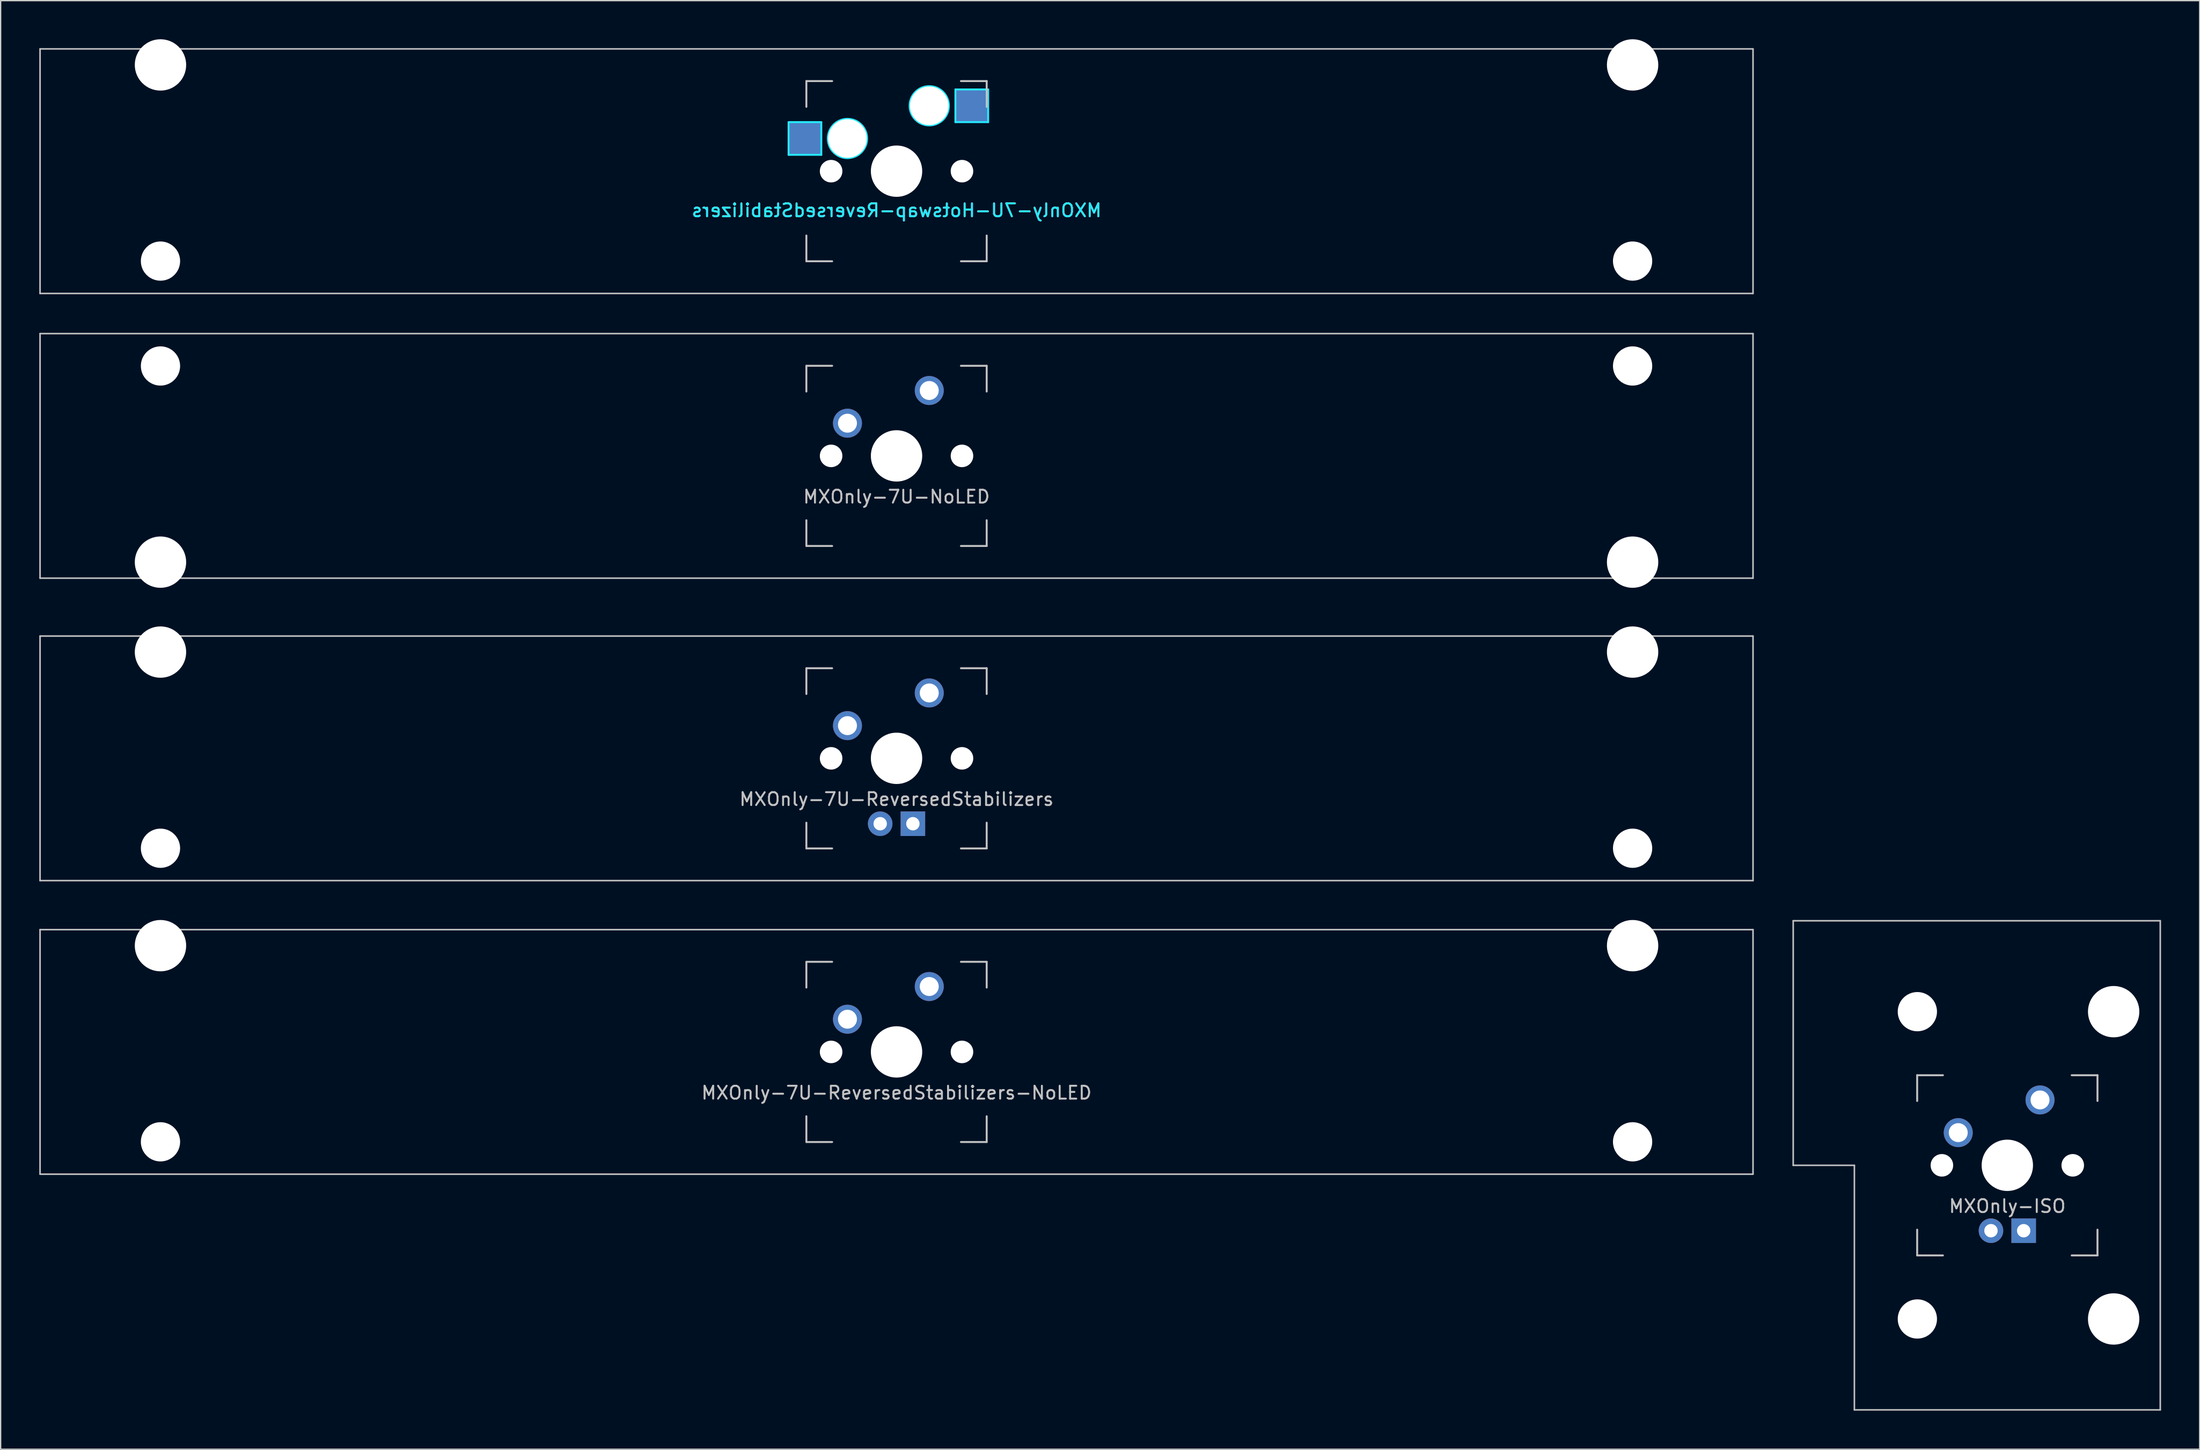
<source format=kicad_pcb>
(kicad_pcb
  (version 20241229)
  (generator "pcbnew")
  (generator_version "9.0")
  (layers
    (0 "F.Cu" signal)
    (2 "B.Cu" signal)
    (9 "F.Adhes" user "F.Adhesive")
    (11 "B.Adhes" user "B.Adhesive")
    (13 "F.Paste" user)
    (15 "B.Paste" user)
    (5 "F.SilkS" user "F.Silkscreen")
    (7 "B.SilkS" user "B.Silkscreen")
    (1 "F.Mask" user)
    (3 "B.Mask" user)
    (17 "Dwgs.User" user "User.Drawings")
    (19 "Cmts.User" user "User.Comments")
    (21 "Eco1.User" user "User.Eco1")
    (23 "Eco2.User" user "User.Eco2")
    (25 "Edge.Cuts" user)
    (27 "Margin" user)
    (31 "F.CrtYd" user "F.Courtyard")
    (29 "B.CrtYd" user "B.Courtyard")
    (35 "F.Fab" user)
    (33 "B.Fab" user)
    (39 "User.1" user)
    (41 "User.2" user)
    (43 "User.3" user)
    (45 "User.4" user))
  (footprint "MXOnly-7U-ReversedStabilizers"
    (layer "F.Cu")
    (at 66.56 55.867)
    (property "Reference" "MXOnly-7U-ReversedStabilizers" (at 0 3.175 0) (layer "Dwgs.User") (effects (font (size 1 1) (thickness 0.15))))
    (attr through_hole)
    (fp_line (start -66.5 -9.5) (end -66.5 9.5) (stroke (width 0.12) (type solid)) (layer "Dwgs.User"))
    (fp_line (start -66.5 9.5) (end 66.5 9.5) (stroke (width 0.12) (type solid)) (layer "Dwgs.User"))
    (fp_line (start -7 -7) (end -7 -5) (stroke (width 0.15) (type solid)) (layer "Dwgs.User"))
    (fp_line (start -7 5) (end -7 7) (stroke (width 0.15) (type solid)) (layer "Dwgs.User"))
    (fp_line (start -7 7) (end -5 7) (stroke (width 0.15) (type solid)) (layer "Dwgs.User"))
    (fp_line (start -5 -7) (end -7 -7) (stroke (width 0.15) (type solid)) (layer "Dwgs.User"))
    (fp_line (start 5 -7) (end 7 -7) (stroke (width 0.15) (type solid)) (layer "Dwgs.User"))
    (fp_line (start 5 7) (end 7 7) (stroke (width 0.15) (type solid)) (layer "Dwgs.User"))
    (fp_line (start 7 -7) (end 7 -5) (stroke (width 0.15) (type solid)) (layer "Dwgs.User"))
    (fp_line (start 7 7) (end 7 5) (stroke (width 0.15) (type solid)) (layer "Dwgs.User"))
    (fp_line (start 66.5 -9.5) (end -66.5 -9.5) (stroke (width 0.12) (type solid)) (layer "Dwgs.User"))
    (fp_line (start 66.5 9.5) (end 66.5 -9.5) (stroke (width 0.12) (type solid)) (layer "Dwgs.User"))
    (pad "" np_thru_hole circle (at -57.15 -8.255) (size 3.988 3.988) (drill 3.988) (layers "*.Cu" "*.Mask"))
    (pad "" np_thru_hole circle (at -57.15 6.985) (size 3.048 3.048) (drill 3.048) (layers "*.Cu" "*.Mask"))
    (pad "" np_thru_hole circle (at -5.08 0 48.1) (size 1.75 1.75) (drill 1.75) (layers "*.Cu" "*.Mask"))
    (pad "" np_thru_hole circle (at 0 0) (size 3.988 3.988) (drill 3.988) (layers "*.Cu" "*.Mask"))
    (pad "" np_thru_hole circle (at 5.08 0 48.1) (size 1.75 1.75) (drill 1.75) (layers "*.Cu" "*.Mask"))
    (pad "" np_thru_hole circle (at 57.15 -8.255) (size 3.988 3.988) (drill 3.988) (layers "*.Cu" "*.Mask"))
    (pad "" np_thru_hole circle (at 57.15 6.985) (size 3.048 3.048) (drill 3.048) (layers "*.Cu" "*.Mask"))
    (pad "1" thru_hole circle (at -3.81 -2.54) (size 2.25 2.25) (drill 1.47) (layers "*.Cu" "B.Mask"))
    (pad "2" thru_hole circle (at 2.54 -5.08) (size 2.25 2.25) (drill 1.47) (layers "*.Cu" "B.Mask"))
    (pad "3" thru_hole circle (at -1.27 5.08) (size 1.905 1.905) (drill 1.04) (layers "*.Cu" "B.Mask"))
    (pad "4" thru_hole rect (at 1.27 5.08) (size 1.905 1.905) (drill 1.04) (layers "*.Cu" "B.Mask")))
  (footprint "MXOnly-ISO"
    (layer "F.Cu")
    (at 152.805 87.487)
    (property "Reference" "MXOnly-ISO" (at 0 3.175 0) (layer "Dwgs.User") (effects (font (size 1 1) (thickness 0.15))))
    (attr through_hole)
    (fp_line (start -16.625 -19) (end -16.625 0) (stroke (width 0.12) (type solid)) (layer "Dwgs.User"))
    (fp_line (start -11.875 0) (end -16.625 0) (stroke (width 0.12) (type solid)) (layer "Dwgs.User"))
    (fp_line (start -11.875 19) (end -11.875 0) (stroke (width 0.12) (type solid)) (layer "Dwgs.User"))
    (fp_line (start -7 -7) (end -7 -5) (stroke (width 0.15) (type solid)) (layer "Dwgs.User"))
    (fp_line (start -7 5) (end -7 7) (stroke (width 0.15) (type solid)) (layer "Dwgs.User"))
    (fp_line (start -7 7) (end -5 7) (stroke (width 0.15) (type solid)) (layer "Dwgs.User"))
    (fp_line (start -5 -7) (end -7 -7) (stroke (width 0.15) (type solid)) (layer "Dwgs.User"))
    (fp_line (start 5 -7) (end 7 -7) (stroke (width 0.15) (type solid)) (layer "Dwgs.User"))
    (fp_line (start 5 7) (end 7 7) (stroke (width 0.15) (type solid)) (layer "Dwgs.User"))
    (fp_line (start 7 -7) (end 7 -5) (stroke (width 0.15) (type solid)) (layer "Dwgs.User"))
    (fp_line (start 7 7) (end 7 5) (stroke (width 0.15) (type solid)) (layer "Dwgs.User"))
    (fp_line (start 11.875 -19) (end -16.625 -19) (stroke (width 0.12) (type solid)) (layer "Dwgs.User"))
    (fp_line (start 11.875 19) (end -11.875 19) (stroke (width 0.12) (type solid)) (layer "Dwgs.User"))
    (fp_line (start 11.875 19) (end 11.875 -19) (stroke (width 0.12) (type solid)) (layer "Dwgs.User"))
    (pad "" np_thru_hole circle (at -6.985 -11.938) (size 3.048 3.048) (drill 3.048) (layers "*.Cu" "*.Mask"))
    (pad "" np_thru_hole circle (at -6.985 11.938) (size 3.048 3.048) (drill 3.048) (layers "*.Cu" "*.Mask"))
    (pad "" np_thru_hole circle (at -5.08 0 48.1) (size 1.75 1.75) (drill 1.75) (layers "*.Cu" "*.Mask"))
    (pad "" np_thru_hole circle (at 0 0) (size 3.988 3.988) (drill 3.988) (layers "*.Cu" "*.Mask"))
    (pad "" np_thru_hole circle (at 5.08 0 48.1) (size 1.75 1.75) (drill 1.75) (layers "*.Cu" "*.Mask"))
    (pad "" np_thru_hole circle (at 8.255 -11.938) (size 3.988 3.988) (drill 3.988) (layers "*.Cu" "*.Mask"))
    (pad "" np_thru_hole circle (at 8.255 11.938) (size 3.988 3.988) (drill 3.988) (layers "*.Cu" "*.Mask"))
    (pad "1" thru_hole circle (at -3.81 -2.54) (size 2.25 2.25) (drill 1.47) (layers "*.Cu" "B.Mask"))
    (pad "2" thru_hole circle (at 2.54 -5.08) (size 2.25 2.25) (drill 1.47) (layers "*.Cu" "B.Mask"))
    (pad "3" thru_hole circle (at -1.27 5.08) (size 1.905 1.905) (drill 1.04) (layers "*.Cu" "B.Mask"))
    (pad "4" thru_hole rect (at 1.27 5.08) (size 1.905 1.905) (drill 1.04) (layers "*.Cu" "B.Mask")))
  (footprint "MXOnly-7U-Hotswap-ReversedStabilizers"
    (layer "F.Cu")
    (at 66.56 10.249)
    (property "Reference" "MXOnly-7U-Hotswap-ReversedStabilizers" (at 0 3.048 0) (layer "B.CrtYd") (effects (font (size 1 1) (thickness 0.15)) (justify mirror)))
    (attr smd)
    (fp_line (start -66.5 -9.5) (end -66.5 9.5) (stroke (width 0.12) (type solid)) (layer "Dwgs.User"))
    (fp_line (start -66.5 9.5) (end 66.5 9.5) (stroke (width 0.12) (type solid)) (layer "Dwgs.User"))
    (fp_line (start -7 -7) (end -7 -5) (stroke (width 0.15) (type solid)) (layer "Dwgs.User"))
    (fp_line (start -7 5) (end -7 7) (stroke (width 0.15) (type solid)) (layer "Dwgs.User"))
    (fp_line (start -7 7) (end -5 7) (stroke (width 0.15) (type solid)) (layer "Dwgs.User"))
    (fp_line (start -5 -7) (end -7 -7) (stroke (width 0.15) (type solid)) (layer "Dwgs.User"))
    (fp_line (start 5 -7) (end 7 -7) (stroke (width 0.15) (type solid)) (layer "Dwgs.User"))
    (fp_line (start 5 7) (end 7 7) (stroke (width 0.15) (type solid)) (layer "Dwgs.User"))
    (fp_line (start 7 -7) (end 7 -5) (stroke (width 0.15) (type solid)) (layer "Dwgs.User"))
    (fp_line (start 7 7) (end 7 5) (stroke (width 0.15) (type solid)) (layer "Dwgs.User"))
    (fp_line (start 66.5 -9.5) (end -66.5 -9.5) (stroke (width 0.12) (type solid)) (layer "Dwgs.User"))
    (fp_line (start 66.5 9.5) (end 66.5 -9.5) (stroke (width 0.12) (type solid)) (layer "Dwgs.User"))
    (fp_line (start -8.382 -3.81) (end -5.842 -3.81) (stroke (width 0.15) (type solid)) (layer "B.CrtYd"))
    (fp_line (start -8.382 -1.27) (end -8.382 -3.81) (stroke (width 0.15) (type solid)) (layer "B.CrtYd"))
    (fp_line (start -5.842 -3.81) (end -5.842 -1.27) (stroke (width 0.15) (type solid)) (layer "B.CrtYd"))
    (fp_line (start -5.842 -1.27) (end -8.382 -1.27) (stroke (width 0.15) (type solid)) (layer "B.CrtYd"))
    (fp_line (start 4.572 -6.35) (end 7.112 -6.35) (stroke (width 0.15) (type solid)) (layer "B.CrtYd"))
    (fp_line (start 4.572 -3.81) (end 4.572 -6.35) (stroke (width 0.15) (type solid)) (layer "B.CrtYd"))
    (fp_line (start 7.112 -6.35) (end 7.112 -3.81) (stroke (width 0.15) (type solid)) (layer "B.CrtYd"))
    (fp_line (start 7.112 -3.81) (end 4.572 -3.81) (stroke (width 0.15) (type solid)) (layer "B.CrtYd"))
    (fp_circle (center -3.81 -2.54) (end -3.81 -4.064) (stroke (width 0.15) (type solid)) (fill no) (layer "B.CrtYd"))
    (fp_circle (center 2.54 -5.08) (end 2.54 -6.604) (stroke (width 0.15) (type solid)) (fill no) (layer "B.CrtYd"))
    (fp_text user "${REFERENCE}" (at 0 3.048 0) (layer "B.SilkS") (effects (font (size 1 1) (thickness 0.15)) (justify mirror)))
    (pad "" np_thru_hole circle (at -57.15 -8.255) (size 3.988 3.988) (drill 3.988) (layers "*.Cu" "*.Mask"))
    (pad "" np_thru_hole circle (at -57.15 6.985) (size 3.048 3.048) (drill 3.048) (layers "*.Cu" "*.Mask"))
    (pad "" np_thru_hole circle (at -5.08 0 48.1) (size 1.75 1.75) (drill 1.75) (layers "*.Cu" "*.Mask"))
    (pad "" np_thru_hole circle (at -3.81 -2.54) (size 3 3) (drill 3) (layers "*.Cu" "*.Mask"))
    (pad "" np_thru_hole circle (at 0 0) (size 3.988 3.988) (drill 3.988) (layers "*.Cu" "*.Mask"))
    (pad "" np_thru_hole circle (at 2.54 -5.08) (size 3 3) (drill 3) (layers "*.Cu" "*.Mask"))
    (pad "" np_thru_hole circle (at 5.08 0 48.1) (size 1.75 1.75) (drill 1.75) (layers "*.Cu" "*.Mask"))
    (pad "" np_thru_hole circle (at 57.15 -8.255) (size 3.988 3.988) (drill 3.988) (layers "*.Cu" "*.Mask"))
    (pad "" np_thru_hole circle (at 57.15 6.985) (size 3.048 3.048) (drill 3.048) (layers "*.Cu" "*.Mask"))
    (pad "1" smd rect (at -7.085 -2.54) (size 2.55 2.5) (layers "B.Cu" "B.Mask" "B.Paste"))
    (pad "2" smd rect (at 5.842 -5.08) (size 2.55 2.5) (layers "B.Cu" "B.Mask" "B.Paste")))
  (footprint "MXOnly-7U-ReversedStabilizers-NoLED"
    (layer "F.Cu")
    (at 66.56 78.676)
    (property "Reference" "MXOnly-7U-ReversedStabilizers-NoLED" (at 0 3.175 0) (layer "Dwgs.User") (effects (font (size 1 1) (thickness 0.15))))
    (attr through_hole)
    (fp_line (start -66.5 -9.5) (end -66.5 9.5) (stroke (width 0.12) (type solid)) (layer "Dwgs.User"))
    (fp_line (start -66.5 9.5) (end 66.5 9.5) (stroke (width 0.12) (type solid)) (layer "Dwgs.User"))
    (fp_line (start -7 -7) (end -7 -5) (stroke (width 0.15) (type solid)) (layer "Dwgs.User"))
    (fp_line (start -7 5) (end -7 7) (stroke (width 0.15) (type solid)) (layer "Dwgs.User"))
    (fp_line (start -7 7) (end -5 7) (stroke (width 0.15) (type solid)) (layer "Dwgs.User"))
    (fp_line (start -5 -7) (end -7 -7) (stroke (width 0.15) (type solid)) (layer "Dwgs.User"))
    (fp_line (start 5 -7) (end 7 -7) (stroke (width 0.15) (type solid)) (layer "Dwgs.User"))
    (fp_line (start 5 7) (end 7 7) (stroke (width 0.15) (type solid)) (layer "Dwgs.User"))
    (fp_line (start 7 -7) (end 7 -5) (stroke (width 0.15) (type solid)) (layer "Dwgs.User"))
    (fp_line (start 7 7) (end 7 5) (stroke (width 0.15) (type solid)) (layer "Dwgs.User"))
    (fp_line (start 66.5 -9.5) (end -66.5 -9.5) (stroke (width 0.12) (type solid)) (layer "Dwgs.User"))
    (fp_line (start 66.5 9.5) (end 66.5 -9.5) (stroke (width 0.12) (type solid)) (layer "Dwgs.User"))
    (pad "" np_thru_hole circle (at -57.15 -8.255) (size 3.988 3.988) (drill 3.988) (layers "*.Cu" "*.Mask"))
    (pad "" np_thru_hole circle (at -57.15 6.985) (size 3.048 3.048) (drill 3.048) (layers "*.Cu" "*.Mask"))
    (pad "" np_thru_hole circle (at -5.08 0 48.1) (size 1.75 1.75) (drill 1.75) (layers "*.Cu" "*.Mask"))
    (pad "" np_thru_hole circle (at 0 0) (size 3.988 3.988) (drill 3.988) (layers "*.Cu" "*.Mask"))
    (pad "" np_thru_hole circle (at 5.08 0 48.1) (size 1.75 1.75) (drill 1.75) (layers "*.Cu" "*.Mask"))
    (pad "" np_thru_hole circle (at 57.15 -8.255) (size 3.988 3.988) (drill 3.988) (layers "*.Cu" "*.Mask"))
    (pad "" np_thru_hole circle (at 57.15 6.985) (size 3.048 3.048) (drill 3.048) (layers "*.Cu" "*.Mask"))
    (pad "1" thru_hole circle (at -3.81 -2.54) (size 2.25 2.25) (drill 1.47) (layers "*.Cu" "B.Mask"))
    (pad "2" thru_hole circle (at 2.54 -5.08) (size 2.25 2.25) (drill 1.47) (layers "*.Cu" "B.Mask")))
  (footprint "MXOnly-7U-NoLED"
    (layer "F.Cu")
    (at 66.56 32.369)
    (property "Reference" "MXOnly-7U-NoLED" (at 0 3.175 0) (layer "Dwgs.User") (effects (font (size 1 1) (thickness 0.15))))
    (attr through_hole)
    (fp_line (start -66.5 -9.5) (end -66.5 9.5) (stroke (width 0.12) (type solid)) (layer "Dwgs.User"))
    (fp_line (start -66.5 9.5) (end 66.5 9.5) (stroke (width 0.12) (type solid)) (layer "Dwgs.User"))
    (fp_line (start -7 -7) (end -7 -5) (stroke (width 0.15) (type solid)) (layer "Dwgs.User"))
    (fp_line (start -7 5) (end -7 7) (stroke (width 0.15) (type solid)) (layer "Dwgs.User"))
    (fp_line (start -7 7) (end -5 7) (stroke (width 0.15) (type solid)) (layer "Dwgs.User"))
    (fp_line (start -5 -7) (end -7 -7) (stroke (width 0.15) (type solid)) (layer "Dwgs.User"))
    (fp_line (start 5 -7) (end 7 -7) (stroke (width 0.15) (type solid)) (layer "Dwgs.User"))
    (fp_line (start 5 7) (end 7 7) (stroke (width 0.15) (type solid)) (layer "Dwgs.User"))
    (fp_line (start 7 -7) (end 7 -5) (stroke (width 0.15) (type solid)) (layer "Dwgs.User"))
    (fp_line (start 7 7) (end 7 5) (stroke (width 0.15) (type solid)) (layer "Dwgs.User"))
    (fp_line (start 66.5 -9.5) (end -66.5 -9.5) (stroke (width 0.12) (type solid)) (layer "Dwgs.User"))
    (fp_line (start 66.5 9.5) (end 66.5 -9.5) (stroke (width 0.12) (type solid)) (layer "Dwgs.User"))
    (pad "" np_thru_hole circle (at -57.15 -6.985) (size 3.048 3.048) (drill 3.048) (layers "*.Cu" "*.Mask"))
    (pad "" np_thru_hole circle (at -57.15 8.255) (size 3.988 3.988) (drill 3.988) (layers "*.Cu" "*.Mask"))
    (pad "" np_thru_hole circle (at -5.08 0 48.1) (size 1.75 1.75) (drill 1.75) (layers "*.Cu" "*.Mask"))
    (pad "" np_thru_hole circle (at 0 0) (size 3.988 3.988) (drill 3.988) (layers "*.Cu" "*.Mask"))
    (pad "" np_thru_hole circle (at 5.08 0 48.1) (size 1.75 1.75) (drill 1.75) (layers "*.Cu" "*.Mask"))
    (pad "" np_thru_hole circle (at 57.15 -6.985) (size 3.048 3.048) (drill 3.048) (layers "*.Cu" "*.Mask"))
    (pad "" np_thru_hole circle (at 57.15 8.255) (size 3.988 3.988) (drill 3.988) (layers "*.Cu" "*.Mask"))
    (pad "1" thru_hole circle (at -3.81 -2.54) (size 2.25 2.25) (drill 1.47) (layers "*.Cu" "B.Mask"))
    (pad "2" thru_hole circle (at 2.54 -5.08) (size 2.25 2.25) (drill 1.47) (layers "*.Cu" "B.Mask")))
  (gr_rect
    (start -3 -3)
    (end 167.74 109.547)
    (stroke (width 0.1) (type default))
    (fill no)
    (layer "Edge.Cuts")))
</source>
